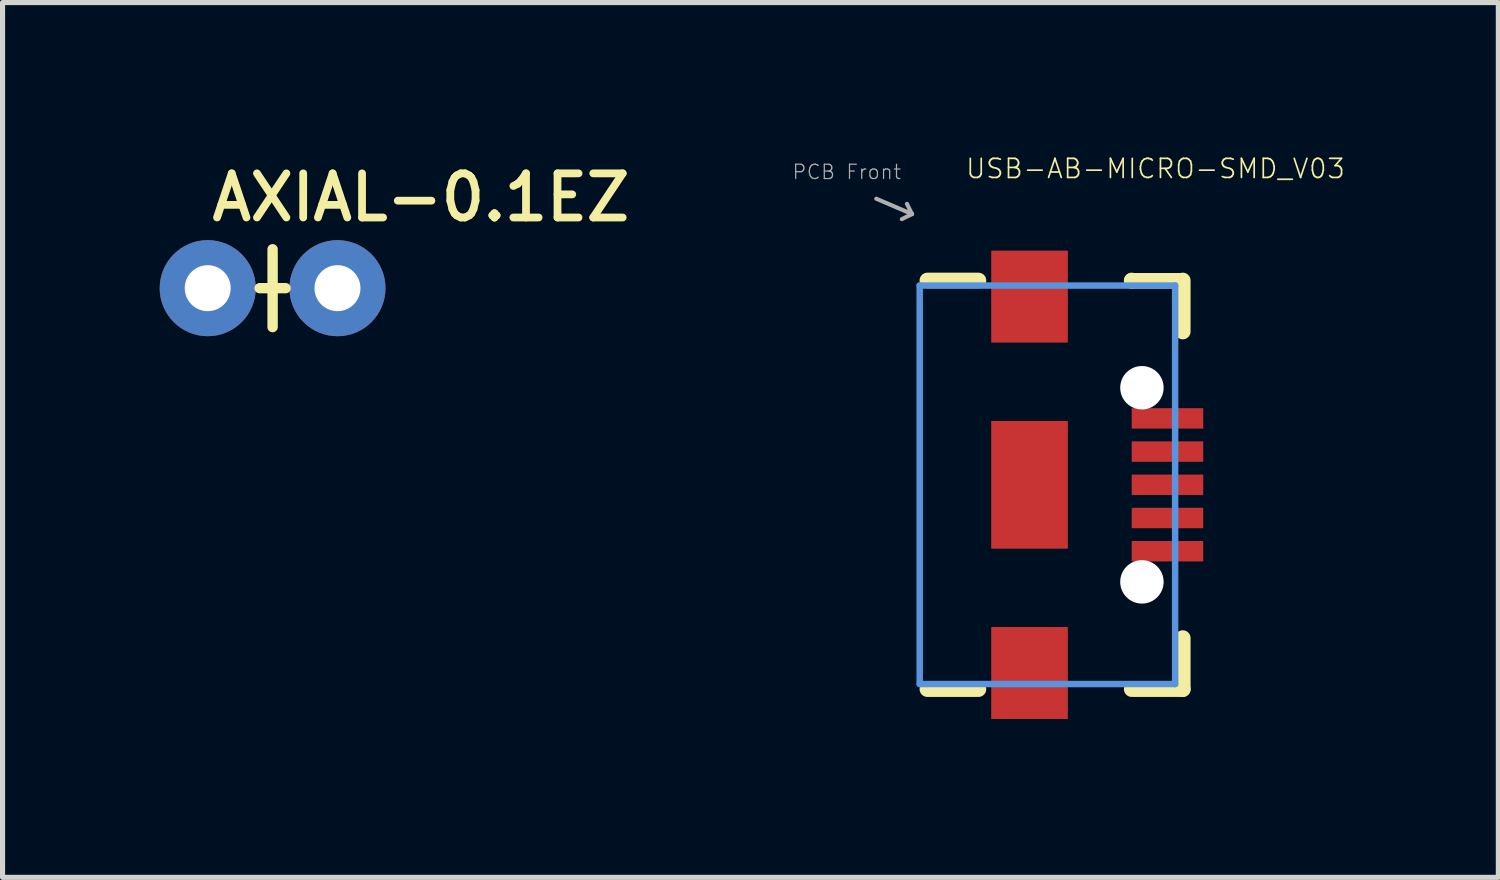
<source format=kicad_pcb>
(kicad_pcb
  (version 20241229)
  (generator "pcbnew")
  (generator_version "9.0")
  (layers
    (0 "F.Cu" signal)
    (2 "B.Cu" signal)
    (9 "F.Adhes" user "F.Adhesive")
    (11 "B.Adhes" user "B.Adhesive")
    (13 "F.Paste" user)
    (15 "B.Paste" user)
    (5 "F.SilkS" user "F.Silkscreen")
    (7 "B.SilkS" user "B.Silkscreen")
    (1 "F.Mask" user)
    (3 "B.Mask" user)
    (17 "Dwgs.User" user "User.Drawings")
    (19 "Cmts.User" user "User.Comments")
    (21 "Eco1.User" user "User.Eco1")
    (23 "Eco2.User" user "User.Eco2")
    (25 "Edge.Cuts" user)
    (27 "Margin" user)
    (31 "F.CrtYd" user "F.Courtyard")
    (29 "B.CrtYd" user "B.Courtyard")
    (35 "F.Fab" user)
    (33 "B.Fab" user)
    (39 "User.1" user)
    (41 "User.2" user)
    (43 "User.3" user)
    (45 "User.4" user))
  (footprint "USB-AB-MICRO-SMD_V03"
    (layer "F.Cu")
    (at 17.103 6.44)
    (property "Reference" "USB-AB-MICRO-SMD_V03" (at -1.27 -5.969 0) (layer "F.SilkS") (effects (font (size 0.374 0.374) (thickness 0.033)) (justify left bottom)))
    (fp_poly (pts (xy -0.75 -2.784) (xy 0.75 -2.784) (xy 0.75 -4.584) (xy -0.75 -4.584)) (stroke (width 0) (type default)) (fill yes) (layer "F.Cu"))
    (fp_poly (pts (xy -0.75 1.25) (xy 0.75 1.25) (xy 0.75 -1.25) (xy -0.75 -1.25)) (stroke (width 0) (type default)) (fill yes) (layer "F.Cu"))
    (fp_poly (pts (xy -0.75 4.584) (xy 0.75 4.584) (xy 0.75 2.784) (xy -0.75 2.784)) (stroke (width 0) (type default)) (fill yes) (layer "F.Cu"))
    (fp_poly (pts (xy -0.85 -2.684) (xy 0.85 -2.684) (xy 0.85 -4.684) (xy -0.85 -4.684)) (stroke (width 0) (type default)) (fill yes) (layer "F.Mask"))
    (fp_poly (pts (xy -0.85 1.35) (xy 0.85 1.35) (xy 0.85 -1.35) (xy -0.85 -1.35)) (stroke (width 0) (type default)) (fill yes) (layer "F.Mask"))
    (fp_poly (pts (xy -0.85 4.684) (xy 0.85 4.684) (xy 0.85 2.684) (xy -0.85 2.684)) (stroke (width 0) (type default)) (fill yes) (layer "F.Mask"))
    (fp_line (start -1 -4) (end -2 -4) (stroke (width 0.305) (type solid)) (layer "F.SilkS"))
    (fp_line (start -1 4) (end -2 4) (stroke (width 0.305) (type solid)) (layer "F.SilkS"))
    (fp_line (start 2 -3.993) (end 2 -4) (stroke (width 0.305) (type solid)) (layer "F.SilkS"))
    (fp_line (start 2 4) (end 3 4) (stroke (width 0.305) (type solid)) (layer "F.SilkS"))
    (fp_line (start 2.982 -3.993) (end 2 -3.993) (stroke (width 0.305) (type solid)) (layer "F.SilkS"))
    (fp_line (start 3 -4) (end 3 -3) (stroke (width 0.305) (type solid)) (layer "F.SilkS"))
    (fp_line (start 3 4) (end 3 3) (stroke (width 0.305) (type solid)) (layer "F.SilkS"))
    (fp_poly (pts (xy -0.75 -2.784) (xy 0.75 -2.784) (xy 0.75 -4.584) (xy -0.75 -4.584)) (stroke (width 0) (type default)) (fill yes) (layer "F.Paste"))
    (fp_poly (pts (xy -0.75 4.584) (xy 0.75 4.584) (xy 0.75 2.784) (xy -0.75 2.784)) (stroke (width 0) (type default)) (fill yes) (layer "F.Paste"))
    (fp_poly (pts (xy -0.35 0.75) (xy 0.35 0.75) (xy 0.35 -0.75) (xy -0.35 -0.75)) (stroke (width 0) (type default)) (fill yes) (layer "F.Paste"))
    (fp_line (start -2.15 -3.9) (end -2.15 3.9) (stroke (width 0.127) (type solid)) (layer "Cmts.User"))
    (fp_line (start 2.85 -3.9) (end -2.15 -3.9) (stroke (width 0.127) (type solid)) (layer "Cmts.User"))
    (fp_line (start 2.85 -3.9) (end 2.85 3.9) (stroke (width 0.127) (type solid)) (layer "Cmts.User"))
    (fp_line (start 2.85 3.9) (end -2.15 3.9) (stroke (width 0.127) (type solid)) (layer "Cmts.User"))
    (fp_line (start -3 -5.6) (end -2.3 -5.3) (stroke (width 0.08) (type solid)) (layer "F.Fab"))
    (fp_line (start -2.3 -5.3) (end -2.5 -5.2) (stroke (width 0.08) (type solid)) (layer "F.Fab"))
    (fp_line (start -2.3 -5.3) (end -2.4 -5.5) (stroke (width 0.08) (type solid)) (layer "F.Fab"))
    (fp_text user "PCB Front" (at -4.66 -5.96 0) (layer "F.Fab") (effects (font (size 0.28 0.28) (thickness 0.024)) (justify left bottom)))
    (pad "" np_thru_hole circle (at 2.2 -1.9) (size 0.85 0.85) (drill 0.85) (layers "*.Cu" "*.Mask"))
    (pad "" np_thru_hole circle (at 2.2 1.9) (size 0.85 0.85) (drill 0.85) (layers "*.Cu" "*.Mask"))
    (pad "D+1" smd rect (at 2.7 0 90) (size 0.4 1.4) (layers "F.Cu" "F.Mask" "F.Paste"))
    (pad "D-1" smd rect (at 2.7 -0.65 90) (size 0.4 1.4) (layers "F.Cu" "F.Mask" "F.Paste"))
    (pad "GND1" smd rect (at 2.7 1.3 90) (size 0.4 1.4) (layers "F.Cu" "F.Mask" "F.Paste"))
    (pad "ID1" smd rect (at 2.7 0.65 90) (size 0.4 1.4) (layers "F.Cu" "F.Mask" "F.Paste"))
    (pad "VBUS1" smd rect (at 2.7 -1.3 90) (size 0.4 1.4) (layers "F.Cu" "F.Mask" "F.Paste")))
  (footprint "AXIAL-0.1EZ"
    (layer "F.Cu")
    (at 1.016 2.591)
    (property "Reference" "AXIAL-0.1EZ" (at 0 -1.27 0) (layer "F.SilkS") (effects (font (size 0.864 0.864) (thickness 0.152)) (justify left bottom)))
    (fp_circle (center 0 0) (end 0.229 0) (stroke (width 0.457) (type solid)) (fill yes) (layer "F.Mask"))
    (fp_circle (center 0 0) (end 0.229 0) (stroke (width 0.457) (type solid)) (fill yes) (layer "F.Mask"))
    (fp_circle (center 2.54 0) (end 2.769 0) (stroke (width 0.457) (type solid)) (fill yes) (layer "F.Mask"))
    (fp_circle (center 0 0) (end 0.508 0) (stroke (width 1.016) (type solid)) (fill yes) (layer "B.Mask"))
    (fp_circle (center 2.54 0) (end 3.048 0) (stroke (width 1.016) (type solid)) (fill yes) (layer "B.Mask"))
    (fp_line (start 1.27 0) (end 1.016 0) (stroke (width 0.203) (type solid)) (layer "F.SilkS"))
    (fp_line (start 1.27 0) (end 1.27 -0.762) (stroke (width 0.203) (type solid)) (layer "F.SilkS"))
    (fp_line (start 1.27 0.762) (end 1.27 0) (stroke (width 0.203) (type solid)) (layer "F.SilkS"))
    (fp_line (start 1.524 0) (end 1.27 0) (stroke (width 0.203) (type solid)) (layer "F.SilkS"))
    (pad "P$1" thru_hole circle (at 0 0) (size 1.88 1.88) (drill 0.9) (layers "*.Cu"))
    (pad "P$2" thru_hole circle (at 2.54 0) (size 1.88 1.88) (drill 0.9) (layers "*.Cu")))
  (gr_rect
    (start -3 -3)
    (end 26.28 14.124)
    (stroke (width 0.1) (type default))
    (fill no)
    (layer "Edge.Cuts")))
</source>
